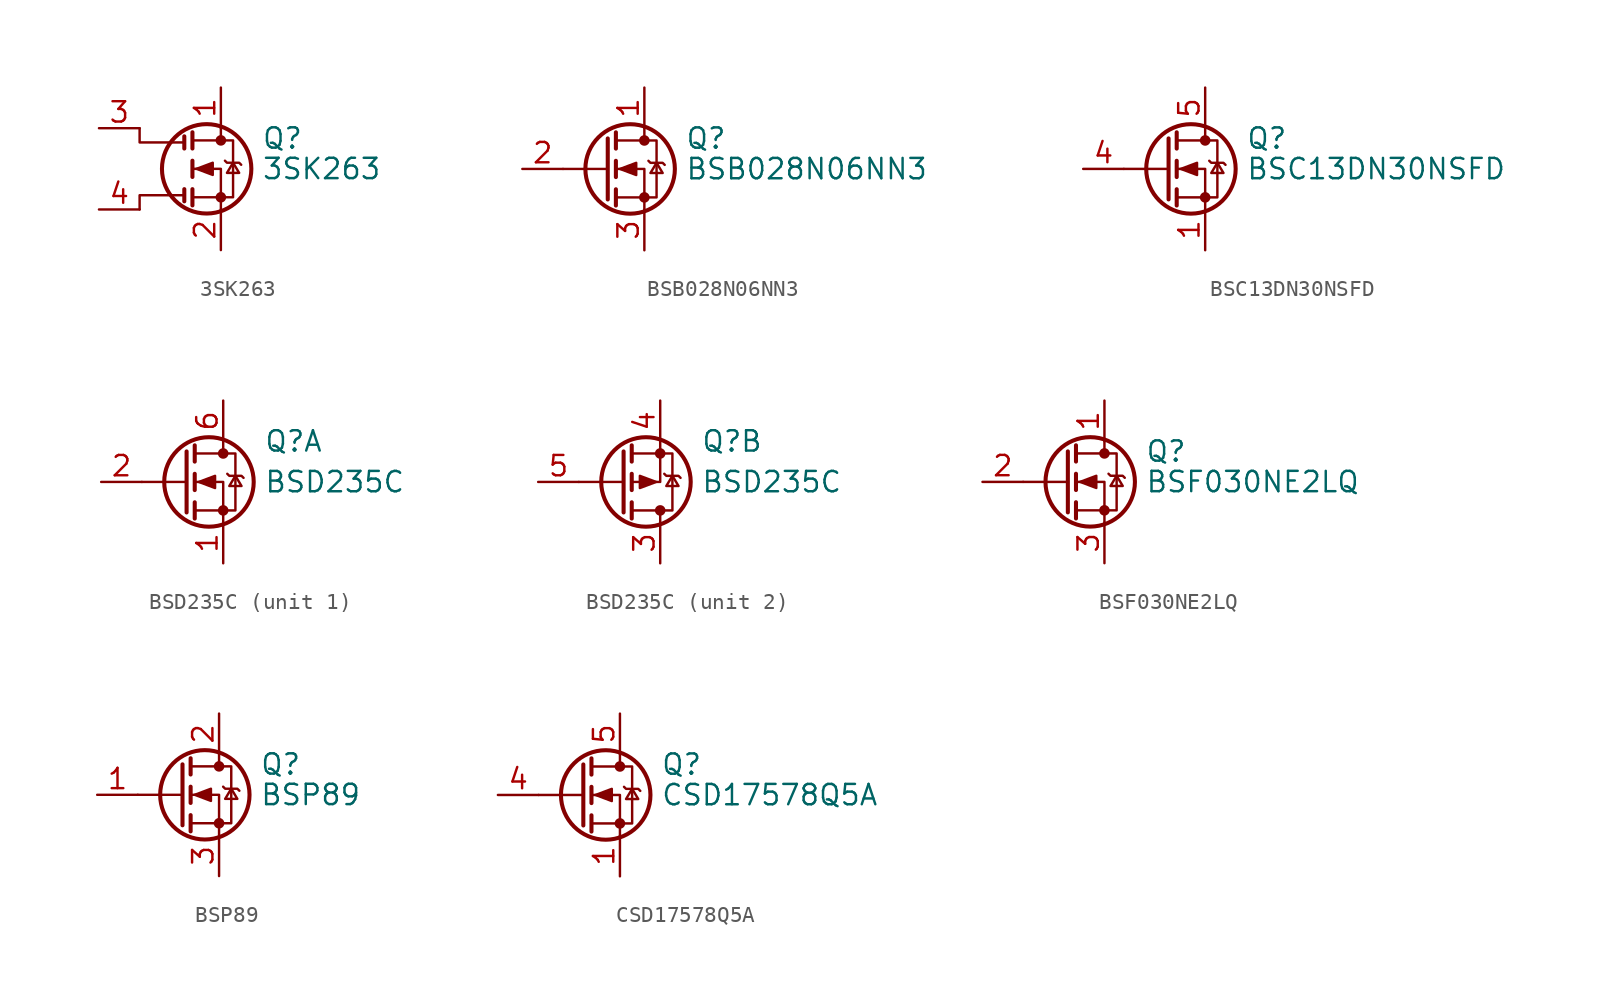
<source format=kicad_sym>
(kicad_symbol_lib
  (version 20201005)
  (generator kicad_symbol_editor)
  (symbol "3SK263"
    (pin_names hide)
    (property "Reference" "Q"
      (at 5.08 1.905 0)
      (effects (font (size 1.27 1.27)) (justify left)))
    (property "Value" "3SK263"
      (at 5.08 0 0)
      (effects (font (size 1.27 1.27)) (justify left)))
    (symbol "3SK263_0_1"
      (circle (center 1.651 0) (radius 2.794) (stroke (width 0.254)) (fill (type none)))
      (circle (center 2.54 -1.778) (radius 0.254) (stroke (width 0)) (fill (type outline)))
      (circle (center 2.54 1.778) (radius 0.254) (stroke (width 0)) (fill (type outline)))
      (polyline (pts (xy 0.254 -2.032) (xy 0.254 -1.27)) (stroke (width 0.254)) (fill (type none)))
      (polyline (pts (xy 0.254 2.032) (xy 0.254 1.27)) (stroke (width 0.254)) (fill (type none)))
      (polyline (pts (xy 0.762 -1.27) (xy 0.762 -2.286)) (stroke (width 0.254)) (fill (type none)))
      (polyline (pts (xy 0.762 0.508) (xy 0.762 -0.508)) (stroke (width 0.254)) (fill (type none)))
      (polyline (pts (xy 0.762 2.286) (xy 0.762 1.27)) (stroke (width 0.254)) (fill (type none)))
      (polyline (pts (xy 2.54 2.54) (xy 2.54 1.778)) (stroke (width 0)) (fill (type none)))
      (polyline (pts (xy 0.254 -1.651) (xy -2.54 -1.651) (xy -2.54 -2.54)) (stroke (width 0)) (fill (type none)))
      (polyline (pts (xy 0.254 1.651) (xy -2.54 1.651) (xy -2.54 2.54)) (stroke (width 0)) (fill (type none)))
      (polyline (pts (xy 2.54 -2.54) (xy 2.54 0) (xy 0.762 0)) (stroke (width 0)) (fill (type none)))
      (polyline (pts (xy 0.762 -1.778) (xy 3.302 -1.778) (xy 3.302 1.778) (xy 0.762 1.778)) (stroke (width 0)) (fill (type none)))
      (polyline (pts (xy 2.794 0.508) (xy 2.921 0.381) (xy 3.683 0.381) (xy 3.81 0.254)) (stroke (width 0)) (fill (type none)))
      (polyline (pts (xy 3.302 0.381) (xy 2.921 -0.254) (xy 3.683 -0.254) (xy 3.302 0.381)) (stroke (width 0)) (fill (type none)))
      (polyline (pts (xy 1.016 0) (xy 2.032 0.381) (xy 2.032 -0.381) (xy 1.016 0)) (stroke (width 0)) (fill (type outline))))
    (symbol "3SK263_1_1"
      (pin passive line (at 2.54 5.08 270) (length 2.54) (name "D" (effects (font (size 1.27 1.27)))) (number "1" (effects (font (size 1.27 1.27)))))
      (pin passive line (at 2.54 -5.08 90) (length 2.54) (name "S" (effects (font (size 1.27 1.27)))) (number "2" (effects (font (size 1.27 1.27)))))
      (pin passive line (at -5.08 2.54 0) (length 2.54) (name "G1" (effects (font (size 1.27 1.27)))) (number "3" (effects (font (size 1.27 1.27)))))
      (pin passive line (at -5.08 -2.54 0) (length 2.54) (name "G2" (effects (font (size 1.27 1.27)))) (number "4" (effects (font (size 1.27 1.27)))))))
  (symbol "BSB028N06NN3"
    (pin_names hide)
    (property "Reference" "Q"
      (at 5.08 1.905 0)
      (effects (font (size 1.27 1.27)) (justify left)))
    (property "Value" "BSB028N06NN3"
      (at 5.08 0 0)
      (effects (font (size 1.27 1.27)) (justify left)))
    (symbol "BSB028N06NN3_0_1"
      (circle (center 1.651 0) (radius 2.794) (stroke (width 0.254)) (fill (type none)))
      (circle (center 2.54 -1.778) (radius 0.254) (stroke (width 0)) (fill (type outline)))
      (circle (center 2.54 1.778) (radius 0.254) (stroke (width 0)) (fill (type outline)))
      (polyline (pts (xy 0.254 0) (xy -2.54 0)) (stroke (width 0)) (fill (type none)))
      (polyline (pts (xy 0.254 1.905) (xy 0.254 -1.905)) (stroke (width 0.254)) (fill (type none)))
      (polyline (pts (xy 0.762 -1.27) (xy 0.762 -2.286)) (stroke (width 0.254)) (fill (type none)))
      (polyline (pts (xy 0.762 0.508) (xy 0.762 -0.508)) (stroke (width 0.254)) (fill (type none)))
      (polyline (pts (xy 0.762 2.286) (xy 0.762 1.27)) (stroke (width 0.254)) (fill (type none)))
      (polyline (pts (xy 2.54 2.54) (xy 2.54 1.778)) (stroke (width 0)) (fill (type none)))
      (polyline (pts (xy 2.54 -2.54) (xy 2.54 0) (xy 0.762 0)) (stroke (width 0)) (fill (type none)))
      (polyline (pts (xy 0.762 -1.778) (xy 3.302 -1.778) (xy 3.302 1.778) (xy 0.762 1.778)) (stroke (width 0)) (fill (type none)))
      (polyline (pts (xy 2.794 0.508) (xy 2.921 0.381) (xy 3.683 0.381) (xy 3.81 0.254)) (stroke (width 0)) (fill (type none)))
      (polyline (pts (xy 3.302 0.381) (xy 2.921 -0.254) (xy 3.683 -0.254) (xy 3.302 0.381)) (stroke (width 0)) (fill (type none)))
      (polyline (pts (xy 1.016 0) (xy 2.032 0.381) (xy 2.032 -0.381) (xy 1.016 0)) (stroke (width 0)) (fill (type outline))))
    (symbol "BSB028N06NN3_1_1"
      (pin passive line (at 2.54 5.08 270) (length 2.54) (name "D" (effects (font (size 1.27 1.27)))) (number "1" (effects (font (size 1.27 1.27)))))
      (pin input line (at -5.08 0 0) (length 2.54) (name "G" (effects (font (size 1.27 1.27)))) (number "2" (effects (font (size 1.27 1.27)))))
      (pin passive line (at 2.54 -5.08 90) (length 2.54) (name "S" (effects (font (size 1.27 1.27)))) (number "3" (effects (font (size 1.27 1.27)))))))
  (symbol "BSC13DN30NSFD"
    (pin_names hide)
    (property "Reference" "Q"
      (at 5.08 1.905 0)
      (effects (font (size 1.27 1.27)) (justify left)))
    (property "Value" "BSC13DN30NSFD"
      (at 5.08 0 0)
      (effects (font (size 1.27 1.27)) (justify left)))
    (symbol "BSC13DN30NSFD_0_1"
      (circle (center 1.651 0) (radius 2.794) (stroke (width 0.254)) (fill (type none)))
      (circle (center 2.54 -1.778) (radius 0.254) (stroke (width 0)) (fill (type outline)))
      (circle (center 2.54 1.778) (radius 0.254) (stroke (width 0)) (fill (type outline)))
      (polyline (pts (xy 0.254 0) (xy -2.54 0)) (stroke (width 0)) (fill (type none)))
      (polyline (pts (xy 0.254 1.905) (xy 0.254 -1.905)) (stroke (width 0.254)) (fill (type none)))
      (polyline (pts (xy 0.762 -1.27) (xy 0.762 -2.286)) (stroke (width 0.254)) (fill (type none)))
      (polyline (pts (xy 0.762 0.508) (xy 0.762 -0.508)) (stroke (width 0.254)) (fill (type none)))
      (polyline (pts (xy 0.762 2.286) (xy 0.762 1.27)) (stroke (width 0.254)) (fill (type none)))
      (polyline (pts (xy 2.54 2.54) (xy 2.54 1.778)) (stroke (width 0)) (fill (type none)))
      (polyline (pts (xy 2.54 -2.54) (xy 2.54 0) (xy 0.762 0)) (stroke (width 0)) (fill (type none)))
      (polyline (pts (xy 0.762 -1.778) (xy 3.302 -1.778) (xy 3.302 1.778) (xy 0.762 1.778)) (stroke (width 0)) (fill (type none)))
      (polyline (pts (xy 2.794 0.508) (xy 2.921 0.381) (xy 3.683 0.381) (xy 3.81 0.254)) (stroke (width 0)) (fill (type none)))
      (polyline (pts (xy 3.302 0.381) (xy 2.921 -0.254) (xy 3.683 -0.254) (xy 3.302 0.381)) (stroke (width 0)) (fill (type none)))
      (polyline (pts (xy 1.016 0) (xy 2.032 0.381) (xy 2.032 -0.381) (xy 1.016 0)) (stroke (width 0)) (fill (type outline))))
    (symbol "BSC13DN30NSFD_1_1"
      (pin passive line (at 2.54 -5.08 90) (length 2.54) (name "S" (effects (font (size 1.27 1.27)))) (number "1" (effects (font (size 1.27 1.27)))))
      (pin passive line (at 2.54 -5.08 90) (length 2.54) hide (name "S" (effects (font (size 1.27 1.27)))) (number "2" (effects (font (size 1.27 1.27)))))
      (pin passive line (at 2.54 -5.08 90) (length 2.54) hide (name "S" (effects (font (size 1.27 1.27)))) (number "3" (effects (font (size 1.27 1.27)))))
      (pin passive line (at -5.08 0 0) (length 2.54) (name "G" (effects (font (size 1.27 1.27)))) (number "4" (effects (font (size 1.27 1.27)))))
      (pin passive line (at 2.54 5.08 270) (length 2.54) (name "D" (effects (font (size 1.27 1.27)))) (number "5" (effects (font (size 1.27 1.27)))))))
  (symbol "BSD235C"
    (pin_names hide)
    (property "Reference" "Q"
      (at 5.08 2.54 0)
      (effects (font (size 1.27 1.27)) (justify left)))
    (property "Value" "BSD235C"
      (at 5.08 0 0)
      (effects (font (size 1.27 1.27)) (justify left)))
    (symbol "BSD235C_1_1"
      (circle (center 1.651 0) (radius 2.794) (stroke (width 0.254)) (fill (type none)))
      (circle (center 2.54 -1.778) (radius 0.254) (stroke (width 0)) (fill (type outline)))
      (circle (center 2.54 1.778) (radius 0.254) (stroke (width 0)) (fill (type outline)))
      (polyline (pts (xy 0.254 -1.905) (xy 0.254 1.905)) (stroke (width 0.254)) (fill (type none)))
      (polyline (pts (xy 0.254 0) (xy -2.54 0)) (stroke (width 0)) (fill (type none)))
      (polyline (pts (xy 0.762 -2.286) (xy 0.762 -1.27)) (stroke (width 0.254)) (fill (type none)))
      (polyline (pts (xy 0.762 -0.508) (xy 0.762 0.508)) (stroke (width 0.254)) (fill (type none)))
      (polyline (pts (xy 0.762 1.27) (xy 0.762 2.286)) (stroke (width 0.254)) (fill (type none)))
      (polyline (pts (xy 2.54 1.905) (xy 2.54 2.54)) (stroke (width 0)) (fill (type none)))
      (polyline (pts (xy 2.54 -2.54) (xy 2.54 0) (xy 0.762 0)) (stroke (width 0)) (fill (type none)))
      (polyline (pts (xy 0.762 1.778) (xy 3.302 1.778) (xy 3.302 -1.778) (xy 0.762 -1.778)) (stroke (width 0)) (fill (type none)))
      (polyline (pts (xy 2.794 0.508) (xy 2.921 0.381) (xy 3.683 0.381) (xy 3.81 0.254)) (stroke (width 0)) (fill (type none)))
      (polyline (pts (xy 3.302 0.381) (xy 2.921 -0.254) (xy 3.683 -0.254) (xy 3.302 0.381)) (stroke (width 0)) (fill (type none)))
      (polyline (pts (xy 1.016 0) (xy 2.032 -0.381) (xy 2.032 0.381) (xy 1.016 0)) (stroke (width 0)) (fill (type outline)))
      (pin passive line (at 2.54 -5.08 90) (length 2.54) (name "SN" (effects (font (size 1.27 1.27)))) (number "1" (effects (font (size 1.27 1.27)))))
      (pin input line (at -5.08 0 0) (length 2.54) (name "GN" (effects (font (size 1.27 1.27)))) (number "2" (effects (font (size 1.27 1.27)))))
      (pin passive line (at 2.54 5.08 270) (length 2.54) (name "DN" (effects (font (size 1.27 1.27)))) (number "6" (effects (font (size 1.27 1.27))))))
    (symbol "BSD235C_2_1"
      (circle (center 1.651 0) (radius 2.794) (stroke (width 0.254)) (fill (type none)))
      (circle (center 2.54 -1.778) (radius 0.254) (stroke (width 0)) (fill (type outline)))
      (circle (center 2.54 1.778) (radius 0.254) (stroke (width 0)) (fill (type outline)))
      (polyline (pts (xy 0.254 0) (xy -2.54 0)) (stroke (width 0)) (fill (type none)))
      (polyline (pts (xy 0.254 1.905) (xy 0.254 -1.905)) (stroke (width 0.254)) (fill (type none)))
      (polyline (pts (xy 0.762 -1.27) (xy 0.762 -2.286)) (stroke (width 0.254)) (fill (type none)))
      (polyline (pts (xy 0.762 0.508) (xy 0.762 -0.508)) (stroke (width 0.254)) (fill (type none)))
      (polyline (pts (xy 0.762 2.286) (xy 0.762 1.27)) (stroke (width 0.254)) (fill (type none)))
      (polyline (pts (xy 2.54 -1.905) (xy 2.54 -2.54)) (stroke (width 0)) (fill (type none)))
      (polyline (pts (xy 2.54 2.54) (xy 2.54 0) (xy 0.762 0)) (stroke (width 0)) (fill (type none)))
      (polyline (pts (xy 0.762 -1.778) (xy 3.302 -1.778) (xy 3.302 1.778) (xy 0.762 1.778)) (stroke (width 0)) (fill (type none)))
      (polyline (pts (xy 2.794 0.508) (xy 2.921 0.381) (xy 3.683 0.381) (xy 3.81 0.254)) (stroke (width 0)) (fill (type none)))
      (polyline (pts (xy 3.302 0.381) (xy 2.921 -0.254) (xy 3.683 -0.254) (xy 3.302 0.381)) (stroke (width 0)) (fill (type none)))
      (polyline (pts (xy 2.286 0) (xy 1.27 -0.381) (xy 1.27 0.381) (xy 2.286 0)) (stroke (width 0)) (fill (type outline)))
      (pin passive line (at 2.54 -5.08 90) (length 2.54) (name "DP" (effects (font (size 1.27 1.27)))) (number "3" (effects (font (size 1.27 1.27)))))
      (pin passive line (at 2.54 5.08 270) (length 2.54) (name "SP" (effects (font (size 1.27 1.27)))) (number "4" (effects (font (size 1.27 1.27)))))
      (pin input line (at -5.08 0 0) (length 2.54) (name "GP" (effects (font (size 1.27 1.27)))) (number "5" (effects (font (size 1.27 1.27)))))))
  (symbol "BSF030NE2LQ"
    (pin_names hide)
    (property "Reference" "Q"
      (at 5.08 1.905 0)
      (effects (font (size 1.27 1.27)) (justify left)))
    (property "Value" "BSF030NE2LQ"
      (at 5.08 0 0)
      (effects (font (size 1.27 1.27)) (justify left)))
    (symbol "BSF030NE2LQ_0_1"
      (circle (center 1.651 0) (radius 2.794) (stroke (width 0.254)) (fill (type none)))
      (circle (center 2.54 -1.778) (radius 0.254) (stroke (width 0)) (fill (type outline)))
      (circle (center 2.54 1.778) (radius 0.254) (stroke (width 0)) (fill (type outline)))
      (polyline (pts (xy 0.254 0) (xy -2.54 0)) (stroke (width 0)) (fill (type none)))
      (polyline (pts (xy 0.254 1.905) (xy 0.254 -1.905)) (stroke (width 0.254)) (fill (type none)))
      (polyline (pts (xy 0.762 -1.27) (xy 0.762 -2.286)) (stroke (width 0.254)) (fill (type none)))
      (polyline (pts (xy 0.762 0.508) (xy 0.762 -0.508)) (stroke (width 0.254)) (fill (type none)))
      (polyline (pts (xy 0.762 2.286) (xy 0.762 1.27)) (stroke (width 0.254)) (fill (type none)))
      (polyline (pts (xy 2.54 2.54) (xy 2.54 1.778)) (stroke (width 0)) (fill (type none)))
      (polyline (pts (xy 2.54 -2.54) (xy 2.54 0) (xy 0.762 0)) (stroke (width 0)) (fill (type none)))
      (polyline (pts (xy 0.762 -1.778) (xy 3.302 -1.778) (xy 3.302 1.778) (xy 0.762 1.778)) (stroke (width 0)) (fill (type none)))
      (polyline (pts (xy 2.794 0.508) (xy 2.921 0.381) (xy 3.683 0.381) (xy 3.81 0.254)) (stroke (width 0)) (fill (type none)))
      (polyline (pts (xy 3.302 0.381) (xy 2.921 -0.254) (xy 3.683 -0.254) (xy 3.302 0.381)) (stroke (width 0)) (fill (type none)))
      (polyline (pts (xy 1.016 0) (xy 2.032 0.381) (xy 2.032 -0.381) (xy 1.016 0)) (stroke (width 0)) (fill (type outline))))
    (symbol "BSF030NE2LQ_1_1"
      (pin passive line (at 2.54 5.08 270) (length 2.54) (name "D" (effects (font (size 1.27 1.27)))) (number "1" (effects (font (size 1.27 1.27)))))
      (pin input line (at -5.08 0 0) (length 2.54) (name "G" (effects (font (size 1.27 1.27)))) (number "2" (effects (font (size 1.27 1.27)))))
      (pin passive line (at 2.54 -5.08 90) (length 2.54) (name "S" (effects (font (size 1.27 1.27)))) (number "3" (effects (font (size 1.27 1.27)))))))
  (symbol "BSP89"
    (pin_names hide)
    (property "Reference" "Q"
      (at 5.08 1.905 0)
      (effects (font (size 1.27 1.27)) (justify left)))
    (property "Value" "BSP89"
      (at 5.08 0 0)
      (effects (font (size 1.27 1.27)) (justify left)))
    (symbol "BSP89_0_1"
      (circle (center 1.651 0) (radius 2.794) (stroke (width 0.254)) (fill (type none)))
      (circle (center 2.54 -1.778) (radius 0.254) (stroke (width 0)) (fill (type outline)))
      (circle (center 2.54 1.778) (radius 0.254) (stroke (width 0)) (fill (type outline)))
      (polyline (pts (xy 0.254 0) (xy -2.54 0)) (stroke (width 0)) (fill (type none)))
      (polyline (pts (xy 0.254 1.905) (xy 0.254 -1.905)) (stroke (width 0.254)) (fill (type none)))
      (polyline (pts (xy 0.762 -1.27) (xy 0.762 -2.286)) (stroke (width 0.254)) (fill (type none)))
      (polyline (pts (xy 0.762 0.508) (xy 0.762 -0.508)) (stroke (width 0.254)) (fill (type none)))
      (polyline (pts (xy 0.762 2.286) (xy 0.762 1.27)) (stroke (width 0.254)) (fill (type none)))
      (polyline (pts (xy 2.54 2.54) (xy 2.54 1.778)) (stroke (width 0)) (fill (type none)))
      (polyline (pts (xy 2.54 -2.54) (xy 2.54 0) (xy 0.762 0)) (stroke (width 0)) (fill (type none)))
      (polyline (pts (xy 0.762 -1.778) (xy 3.302 -1.778) (xy 3.302 1.778) (xy 0.762 1.778)) (stroke (width 0)) (fill (type none)))
      (polyline (pts (xy 2.794 0.508) (xy 2.921 0.381) (xy 3.683 0.381) (xy 3.81 0.254)) (stroke (width 0)) (fill (type none)))
      (polyline (pts (xy 3.302 0.381) (xy 2.921 -0.254) (xy 3.683 -0.254) (xy 3.302 0.381)) (stroke (width 0)) (fill (type none)))
      (polyline (pts (xy 1.016 0) (xy 2.032 0.381) (xy 2.032 -0.381) (xy 1.016 0)) (stroke (width 0)) (fill (type outline))))
    (symbol "BSP89_1_1"
      (pin input line (at -5.08 0 0) (length 2.54) (name "G" (effects (font (size 1.27 1.27)))) (number "1" (effects (font (size 1.27 1.27)))))
      (pin passive line (at 2.54 5.08 270) (length 2.54) (name "D" (effects (font (size 1.27 1.27)))) (number "2" (effects (font (size 1.27 1.27)))))
      (pin passive line (at 2.54 -5.08 90) (length 2.54) (name "S" (effects (font (size 1.27 1.27)))) (number "3" (effects (font (size 1.27 1.27)))))))
  (symbol "CSD17578Q5A"
    (pin_names hide)
    (property "Reference" "Q"
      (at 5.08 1.905 0)
      (effects (font (size 1.27 1.27)) (justify left)))
    (property "Value" "CSD17578Q5A"
      (at 5.08 0 0)
      (effects (font (size 1.27 1.27)) (justify left)))
    (symbol "CSD17578Q5A_0_1"
      (circle (center 1.651 0) (radius 2.794) (stroke (width 0.254)) (fill (type none)))
      (circle (center 2.54 -1.778) (radius 0.254) (stroke (width 0)) (fill (type outline)))
      (circle (center 2.54 1.778) (radius 0.254) (stroke (width 0)) (fill (type outline)))
      (polyline (pts (xy 0.254 0) (xy -2.54 0)) (stroke (width 0)) (fill (type none)))
      (polyline (pts (xy 0.254 1.905) (xy 0.254 -1.905)) (stroke (width 0.254)) (fill (type none)))
      (polyline (pts (xy 0.762 -1.27) (xy 0.762 -2.286)) (stroke (width 0.254)) (fill (type none)))
      (polyline (pts (xy 0.762 0.508) (xy 0.762 -0.508)) (stroke (width 0.254)) (fill (type none)))
      (polyline (pts (xy 0.762 2.286) (xy 0.762 1.27)) (stroke (width 0.254)) (fill (type none)))
      (polyline (pts (xy 2.54 2.54) (xy 2.54 1.778)) (stroke (width 0)) (fill (type none)))
      (polyline (pts (xy 2.54 -2.54) (xy 2.54 0) (xy 0.762 0)) (stroke (width 0)) (fill (type none)))
      (polyline (pts (xy 0.762 -1.778) (xy 3.302 -1.778) (xy 3.302 1.778) (xy 0.762 1.778)) (stroke (width 0)) (fill (type none)))
      (polyline (pts (xy 2.794 0.508) (xy 2.921 0.381) (xy 3.683 0.381) (xy 3.81 0.254)) (stroke (width 0)) (fill (type none)))
      (polyline (pts (xy 3.302 0.381) (xy 2.921 -0.254) (xy 3.683 -0.254) (xy 3.302 0.381)) (stroke (width 0)) (fill (type none)))
      (polyline (pts (xy 1.016 0) (xy 2.032 0.381) (xy 2.032 -0.381) (xy 1.016 0)) (stroke (width 0)) (fill (type outline))))
    (symbol "CSD17578Q5A_1_1"
      (pin passive line (at 2.54 -5.08 90) (length 2.54) (name "S" (effects (font (size 1.27 1.27)))) (number "1" (effects (font (size 1.27 1.27)))))
      (pin passive line (at 2.54 -5.08 90) (length 2.54) hide (name "S" (effects (font (size 1.27 1.27)))) (number "2" (effects (font (size 1.27 1.27)))))
      (pin passive line (at 2.54 -5.08 90) (length 2.54) hide (name "S" (effects (font (size 1.27 1.27)))) (number "3" (effects (font (size 1.27 1.27)))))
      (pin passive line (at -5.08 0 0) (length 2.54) (name "G" (effects (font (size 1.27 1.27)))) (number "4" (effects (font (size 1.27 1.27)))))
      (pin passive line (at 2.54 5.08 270) (length 2.54) (name "D" (effects (font (size 1.27 1.27)))) (number "5" (effects (font (size 1.27 1.27))))))))
</source>
